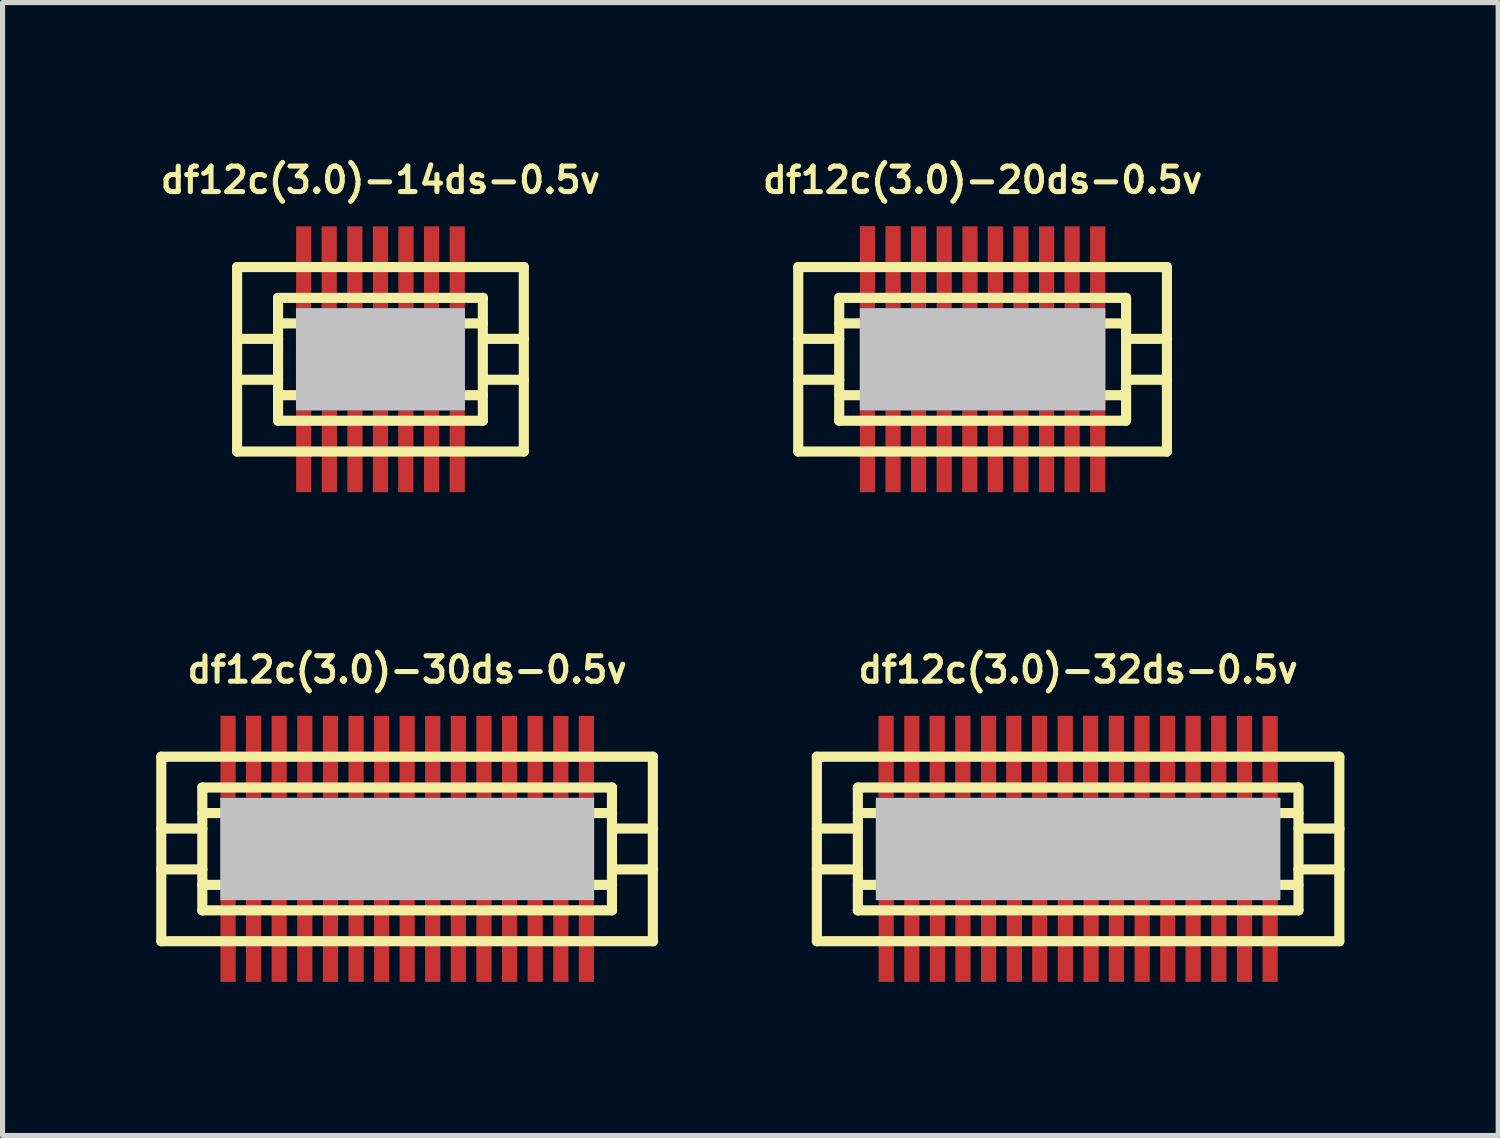
<source format=kicad_pcb>
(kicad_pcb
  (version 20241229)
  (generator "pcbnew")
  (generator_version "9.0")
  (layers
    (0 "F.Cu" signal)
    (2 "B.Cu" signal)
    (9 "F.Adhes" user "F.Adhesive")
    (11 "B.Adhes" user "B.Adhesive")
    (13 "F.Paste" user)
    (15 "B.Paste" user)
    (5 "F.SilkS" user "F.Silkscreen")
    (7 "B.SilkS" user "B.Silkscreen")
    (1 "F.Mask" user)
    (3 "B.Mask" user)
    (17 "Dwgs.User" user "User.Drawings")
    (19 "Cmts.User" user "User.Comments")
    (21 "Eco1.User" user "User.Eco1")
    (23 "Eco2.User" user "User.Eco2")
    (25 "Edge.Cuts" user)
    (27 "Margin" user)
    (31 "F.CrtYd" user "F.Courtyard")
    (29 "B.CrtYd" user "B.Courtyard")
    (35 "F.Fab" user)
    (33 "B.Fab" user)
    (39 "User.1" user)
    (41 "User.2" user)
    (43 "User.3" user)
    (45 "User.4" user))
  (footprint "df12c(3.0)-30ds-0.5v"
    (layer "F.Cu")
    (at 4.9 13.525)
    (property "Reference" "df12c(3.0)-30ds-0.5v" (at 0 -3.5 0) (layer "F.SilkS") (effects (font (size 0.498 0.498) (thickness 0.099))))
    (attr smd)
    (fp_line (start -4.801 1.801) (end -4.801 -1.801) (stroke (width 0.198) (type solid)) (layer "F.SilkS"))
    (fp_line (start -4.801 1.801) (end 4.801 1.801) (stroke (width 0.198) (type solid)) (layer "F.SilkS"))
    (fp_line (start -4 -0.701) (end 4 -0.701) (stroke (width 0.198) (type solid)) (layer "F.SilkS"))
    (fp_line (start -4 -0.399) (end -4.801 -0.399) (stroke (width 0.198) (type solid)) (layer "F.SilkS"))
    (fp_line (start -4 0.399) (end -4.801 0.399) (stroke (width 0.198) (type solid)) (layer "F.SilkS"))
    (fp_line (start -4 1.199) (end -4 -1.199) (stroke (width 0.198) (type solid)) (layer "F.SilkS"))
    (fp_line (start 3.998 -1.199) (end 3.998 1.199) (stroke (width 0.198) (type solid)) (layer "F.SilkS"))
    (fp_line (start 4 -1.199) (end -4 -1.199) (stroke (width 0.198) (type solid)) (layer "F.SilkS"))
    (fp_line (start 4 -0.399) (end 4.801 -0.399) (stroke (width 0.198) (type solid)) (layer "F.SilkS"))
    (fp_line (start 4 0.701) (end -4 0.701) (stroke (width 0.198) (type solid)) (layer "F.SilkS"))
    (fp_line (start 4 1.199) (end -4 1.199) (stroke (width 0.198) (type solid)) (layer "F.SilkS"))
    (fp_line (start 4.796 -1.801) (end 4.796 1.801) (stroke (width 0.198) (type solid)) (layer "F.SilkS"))
    (fp_line (start 4.801 -1.801) (end -4.801 -1.801) (stroke (width 0.198) (type solid)) (layer "F.SilkS"))
    (fp_line (start 4.801 0.399) (end 4 0.399) (stroke (width 0.198) (type solid)) (layer "F.SilkS"))
    (pad "" smd rect (at 0 0) (size 7.3 1.999) (layers "Dwgs.User"))
    (pad "1" smd rect (at -3.498 1.796) (size 0.297 1.598) (layers "F.Cu" "F.Mask" "F.Paste"))
    (pad "2" smd rect (at -3 1.796) (size 0.297 1.598) (layers "F.Cu" "F.Mask" "F.Paste"))
    (pad "3" smd rect (at -2.499 1.796) (size 0.297 1.598) (layers "F.Cu" "F.Mask" "F.Paste"))
    (pad "4" smd rect (at -1.999 1.796) (size 0.297 1.598) (layers "F.Cu" "F.Mask" "F.Paste"))
    (pad "5" smd rect (at -1.499 1.796) (size 0.297 1.598) (layers "F.Cu" "F.Mask" "F.Paste"))
    (pad "6" smd rect (at -0.998 1.796) (size 0.297 1.598) (layers "F.Cu" "F.Mask" "F.Paste"))
    (pad "7" smd rect (at -0.498 1.796) (size 0.297 1.598) (layers "F.Cu" "F.Mask" "F.Paste"))
    (pad "8" smd rect (at 0 1.796) (size 0.297 1.598) (layers "F.Cu" "F.Mask" "F.Paste"))
    (pad "9" smd rect (at 0.498 1.796) (size 0.297 1.598) (layers "F.Cu" "F.Mask" "F.Paste"))
    (pad "10" smd rect (at 0.998 1.796) (size 0.297 1.598) (layers "F.Cu" "F.Mask" "F.Paste"))
    (pad "11" smd rect (at 1.499 1.796) (size 0.297 1.598) (layers "F.Cu" "F.Mask" "F.Paste"))
    (pad "12" smd rect (at 1.999 1.796) (size 0.297 1.598) (layers "F.Cu" "F.Mask" "F.Paste"))
    (pad "13" smd rect (at 2.499 1.796) (size 0.297 1.598) (layers "F.Cu" "F.Mask" "F.Paste"))
    (pad "14" smd rect (at 3 1.796) (size 0.297 1.598) (layers "F.Cu" "F.Mask" "F.Paste"))
    (pad "15" smd rect (at 3.498 1.796) (size 0.297 1.598) (layers "F.Cu" "F.Mask" "F.Paste"))
    (pad "16" smd rect (at 3.498 -1.798) (size 0.297 1.598) (layers "F.Cu" "F.Mask" "F.Paste"))
    (pad "17" smd rect (at 3 -1.798) (size 0.297 1.598) (layers "F.Cu" "F.Mask" "F.Paste"))
    (pad "18" smd rect (at 2.499 -1.798) (size 0.297 1.598) (layers "F.Cu" "F.Mask" "F.Paste"))
    (pad "19" smd rect (at 1.999 -1.798) (size 0.297 1.598) (layers "F.Cu" "F.Mask" "F.Paste"))
    (pad "20" smd rect (at 1.499 -1.798) (size 0.297 1.598) (layers "F.Cu" "F.Mask" "F.Paste"))
    (pad "21" smd rect (at 0.998 -1.798) (size 0.297 1.598) (layers "F.Cu" "F.Mask" "F.Paste"))
    (pad "22" smd rect (at 0.498 -1.798) (size 0.297 1.598) (layers "F.Cu" "F.Mask" "F.Paste"))
    (pad "23" smd rect (at 0 -1.798) (size 0.297 1.598) (layers "F.Cu" "F.Mask" "F.Paste"))
    (pad "24" smd rect (at -0.498 -1.798) (size 0.297 1.598) (layers "F.Cu" "F.Mask" "F.Paste"))
    (pad "25" smd rect (at -0.998 -1.798) (size 0.297 1.598) (layers "F.Cu" "F.Mask" "F.Paste"))
    (pad "26" smd rect (at -1.499 -1.801) (size 0.297 1.598) (layers "F.Cu" "F.Mask" "F.Paste"))
    (pad "27" smd rect (at -1.999 -1.801) (size 0.297 1.598) (layers "F.Cu" "F.Mask" "F.Paste"))
    (pad "28" smd rect (at -2.499 -1.801) (size 0.297 1.598) (layers "F.Cu" "F.Mask" "F.Paste"))
    (pad "29" smd rect (at -3 -1.801) (size 0.297 1.598) (layers "F.Cu" "F.Mask" "F.Paste"))
    (pad "30" smd rect (at -3.498 -1.801) (size 0.297 1.598) (layers "F.Cu" "F.Mask" "F.Paste")))
  (footprint "df12c(3.0)-14ds-0.5v"
    (layer "F.Cu")
    (at 4.378 3.965)
    (property "Reference" "df12c(3.0)-14ds-0.5v" (at 0 -3.5 0) (layer "F.SilkS") (effects (font (size 0.498 0.498) (thickness 0.099))))
    (attr smd)
    (fp_line (start -2.799 -1.801) (end 2.799 -1.801) (stroke (width 0.198) (type solid)) (layer "F.SilkS"))
    (fp_line (start -2.799 1.801) (end -2.799 -1.801) (stroke (width 0.198) (type solid)) (layer "F.SilkS"))
    (fp_line (start -1.999 -0.701) (end 1.999 -0.701) (stroke (width 0.198) (type solid)) (layer "F.SilkS"))
    (fp_line (start -1.999 -0.399) (end -2.799 -0.399) (stroke (width 0.198) (type solid)) (layer "F.SilkS"))
    (fp_line (start -1.999 0.399) (end -2.799 0.399) (stroke (width 0.198) (type solid)) (layer "F.SilkS"))
    (fp_line (start -1.999 1.199) (end -1.999 -1.199) (stroke (width 0.198) (type solid)) (layer "F.SilkS"))
    (fp_line (start -1.999 1.199) (end 1.999 1.199) (stroke (width 0.198) (type solid)) (layer "F.SilkS"))
    (fp_line (start 1.999 -1.199) (end -1.999 -1.199) (stroke (width 0.198) (type solid)) (layer "F.SilkS"))
    (fp_line (start 1.999 -1.199) (end 1.999 1.199) (stroke (width 0.198) (type solid)) (layer "F.SilkS"))
    (fp_line (start 1.999 0.701) (end -1.999 0.701) (stroke (width 0.198) (type solid)) (layer "F.SilkS"))
    (fp_line (start 2.002 -0.399) (end 2.802 -0.399) (stroke (width 0.198) (type solid)) (layer "F.SilkS"))
    (fp_line (start 2.799 -1.801) (end 2.799 1.801) (stroke (width 0.198) (type solid)) (layer "F.SilkS"))
    (fp_line (start 2.799 1.801) (end -2.799 1.801) (stroke (width 0.198) (type solid)) (layer "F.SilkS"))
    (fp_line (start 2.802 0.399) (end 2.002 0.399) (stroke (width 0.198) (type solid)) (layer "F.SilkS"))
    (pad "" smd rect (at 0 0) (size 3.299 1.999) (layers "Dwgs.User"))
    (pad "1" smd rect (at -1.499 1.796) (size 0.297 1.598) (layers "F.Cu" "F.Mask" "F.Paste"))
    (pad "2" smd rect (at -0.998 1.796) (size 0.297 1.598) (layers "F.Cu" "F.Mask" "F.Paste"))
    (pad "3" smd rect (at -0.498 1.796) (size 0.297 1.598) (layers "F.Cu" "F.Mask" "F.Paste"))
    (pad "4" smd rect (at 0 1.796) (size 0.297 1.598) (layers "F.Cu" "F.Mask" "F.Paste"))
    (pad "5" smd rect (at 0.495 1.796) (size 0.297 1.598) (layers "F.Cu" "F.Mask" "F.Paste"))
    (pad "6" smd rect (at 0.998 1.796) (size 0.297 1.598) (layers "F.Cu" "F.Mask" "F.Paste"))
    (pad "7" smd rect (at 1.499 1.796) (size 0.297 1.598) (layers "F.Cu" "F.Mask" "F.Paste"))
    (pad "8" smd rect (at 1.499 -1.796) (size 0.297 1.598) (layers "F.Cu" "F.Mask" "F.Paste"))
    (pad "9" smd rect (at 0.998 -1.796) (size 0.297 1.598) (layers "F.Cu" "F.Mask" "F.Paste"))
    (pad "10" smd rect (at 0.498 -1.796) (size 0.297 1.598) (layers "F.Cu" "F.Mask" "F.Paste"))
    (pad "11" smd rect (at 0 -1.796) (size 0.297 1.598) (layers "F.Cu" "F.Mask" "F.Paste"))
    (pad "12" smd rect (at -0.5 -1.796) (size 0.297 1.598) (layers "F.Cu" "F.Mask" "F.Paste"))
    (pad "13" smd rect (at -1.001 -1.796) (size 0.297 1.598) (layers "F.Cu" "F.Mask" "F.Paste"))
    (pad "14" smd rect (at -1.499 -1.796) (size 0.297 1.598) (layers "F.Cu" "F.Mask" "F.Paste")))
  (footprint "df12c(3.0)-32ds-0.5v"
    (layer "F.Cu")
    (at 17.999 13.525)
    (property "Reference" "df12c(3.0)-32ds-0.5v" (at 0 -3.5 0) (layer "F.SilkS") (effects (font (size 0.498 0.498) (thickness 0.099))))
    (attr smd)
    (fp_line (start -5.1 -1.801) (end 5.1 -1.801) (stroke (width 0.198) (type solid)) (layer "F.SilkS"))
    (fp_line (start -5.1 1.801) (end -5.1 -1.801) (stroke (width 0.198) (type solid)) (layer "F.SilkS"))
    (fp_line (start -4.3 -1.199) (end 4.3 -1.199) (stroke (width 0.198) (type solid)) (layer "F.SilkS"))
    (fp_line (start -4.3 -0.399) (end -5.1 -0.399) (stroke (width 0.198) (type solid)) (layer "F.SilkS"))
    (fp_line (start -4.3 0.399) (end -5.1 0.399) (stroke (width 0.198) (type solid)) (layer "F.SilkS"))
    (fp_line (start -4.3 0.701) (end 4.3 0.701) (stroke (width 0.198) (type solid)) (layer "F.SilkS"))
    (fp_line (start -4.3 1.199) (end -4.3 -1.199) (stroke (width 0.198) (type solid)) (layer "F.SilkS"))
    (fp_line (start 4.3 -0.701) (end -4.3 -0.701) (stroke (width 0.198) (type solid)) (layer "F.SilkS"))
    (fp_line (start 4.3 1.199) (end -4.3 1.199) (stroke (width 0.198) (type solid)) (layer "F.SilkS"))
    (fp_line (start 4.303 -1.199) (end 4.303 1.199) (stroke (width 0.198) (type solid)) (layer "F.SilkS"))
    (fp_line (start 4.303 -0.399) (end 5.103 -0.399) (stroke (width 0.198) (type solid)) (layer "F.SilkS"))
    (fp_line (start 5.1 -1.801) (end 5.1 1.801) (stroke (width 0.198) (type solid)) (layer "F.SilkS"))
    (fp_line (start 5.1 1.801) (end -5.1 1.801) (stroke (width 0.198) (type solid)) (layer "F.SilkS"))
    (fp_line (start 5.103 0.399) (end 4.303 0.399) (stroke (width 0.198) (type solid)) (layer "F.SilkS"))
    (pad "" smd rect (at 0 0) (size 7.899 1.999) (layers "Dwgs.User"))
    (pad "1" smd rect (at -3.747 1.796) (size 0.297 1.598) (layers "F.Cu" "F.Mask" "F.Paste"))
    (pad "2" smd rect (at -3.246 1.796) (size 0.297 1.598) (layers "F.Cu" "F.Mask" "F.Paste"))
    (pad "3" smd rect (at -2.748 1.796) (size 0.297 1.598) (layers "F.Cu" "F.Mask" "F.Paste"))
    (pad "4" smd rect (at -2.248 1.796) (size 0.297 1.598) (layers "F.Cu" "F.Mask" "F.Paste"))
    (pad "5" smd rect (at -1.748 1.796) (size 0.297 1.598) (layers "F.Cu" "F.Mask" "F.Paste"))
    (pad "6" smd rect (at -1.245 1.796) (size 0.297 1.598) (layers "F.Cu" "F.Mask" "F.Paste"))
    (pad "7" smd rect (at -0.749 1.796) (size 0.297 1.598) (layers "F.Cu" "F.Mask" "F.Paste"))
    (pad "8" smd rect (at -0.249 1.796) (size 0.297 1.598) (layers "F.Cu" "F.Mask" "F.Paste"))
    (pad "9" smd rect (at 0.254 1.796) (size 0.297 1.598) (layers "F.Cu" "F.Mask" "F.Paste"))
    (pad "10" smd rect (at 0.747 1.796) (size 0.297 1.598) (layers "F.Cu" "F.Mask" "F.Paste"))
    (pad "11" smd rect (at 1.25 1.796) (size 0.297 1.598) (layers "F.Cu" "F.Mask" "F.Paste"))
    (pad "12" smd rect (at 1.75 1.796) (size 0.297 1.598) (layers "F.Cu" "F.Mask" "F.Paste"))
    (pad "13" smd rect (at 2.245 1.796) (size 0.297 1.598) (layers "F.Cu" "F.Mask" "F.Paste"))
    (pad "14" smd rect (at 2.748 1.796) (size 0.297 1.598) (layers "F.Cu" "F.Mask" "F.Paste"))
    (pad "15" smd rect (at 3.249 1.796) (size 0.297 1.598) (layers "F.Cu" "F.Mask" "F.Paste"))
    (pad "16" smd rect (at 3.749 1.796) (size 0.297 1.598) (layers "F.Cu" "F.Mask" "F.Paste"))
    (pad "17" smd rect (at 3.749 -1.796) (size 0.297 1.598) (layers "F.Cu" "F.Mask" "F.Paste"))
    (pad "18" smd rect (at 3.249 -1.796) (size 0.297 1.598) (layers "F.Cu" "F.Mask" "F.Paste"))
    (pad "19" smd rect (at 2.746 -1.801) (size 0.297 1.598) (layers "F.Cu" "F.Mask" "F.Paste"))
    (pad "20" smd rect (at 2.245 -1.801) (size 0.297 1.598) (layers "F.Cu" "F.Mask" "F.Paste"))
    (pad "21" smd rect (at 1.748 -1.801) (size 0.297 1.598) (layers "F.Cu" "F.Mask" "F.Paste"))
    (pad "22" smd rect (at 1.247 -1.801) (size 0.297 1.598) (layers "F.Cu" "F.Mask" "F.Paste"))
    (pad "23" smd rect (at 0.747 -1.801) (size 0.297 1.598) (layers "F.Cu" "F.Mask" "F.Paste"))
    (pad "24" smd rect (at 0.244 -1.801) (size 0.297 1.598) (layers "F.Cu" "F.Mask" "F.Paste"))
    (pad "25" smd rect (at -0.251 -1.801) (size 0.297 1.598) (layers "F.Cu" "F.Mask" "F.Paste"))
    (pad "26" smd rect (at -0.752 -1.801) (size 0.297 1.598) (layers "F.Cu" "F.Mask" "F.Paste"))
    (pad "27" smd rect (at -1.255 -1.801) (size 0.297 1.598) (layers "F.Cu" "F.Mask" "F.Paste"))
    (pad "28" smd rect (at -1.748 -1.801) (size 0.297 1.598) (layers "F.Cu" "F.Mask" "F.Paste"))
    (pad "29" smd rect (at -2.25 -1.801) (size 0.297 1.598) (layers "F.Cu" "F.Mask" "F.Paste"))
    (pad "30" smd rect (at -2.751 -1.801) (size 0.297 1.598) (layers "F.Cu" "F.Mask" "F.Paste"))
    (pad "31" smd rect (at -3.246 -1.801) (size 0.297 1.598) (layers "F.Cu" "F.Mask" "F.Paste"))
    (pad "32" smd rect (at -3.749 -1.801) (size 0.297 1.598) (layers "F.Cu" "F.Mask" "F.Paste")))
  (footprint "df12c(3.0)-20ds-0.5v"
    (layer "F.Cu")
    (at 16.134 3.965)
    (property "Reference" "df12c(3.0)-20ds-0.5v" (at 0 -3.5 0) (layer "F.SilkS") (effects (font (size 0.498 0.498) (thickness 0.099))))
    (attr smd)
    (fp_line (start -3.599 1.801) (end -3.599 -1.801) (stroke (width 0.198) (type solid)) (layer "F.SilkS"))
    (fp_line (start -3.599 1.801) (end 3.599 1.801) (stroke (width 0.198) (type solid)) (layer "F.SilkS"))
    (fp_line (start -2.799 -1.199) (end 2.799 -1.199) (stroke (width 0.198) (type solid)) (layer "F.SilkS"))
    (fp_line (start -2.799 -0.399) (end -3.599 -0.399) (stroke (width 0.198) (type solid)) (layer "F.SilkS"))
    (fp_line (start -2.799 0.399) (end -3.599 0.399) (stroke (width 0.198) (type solid)) (layer "F.SilkS"))
    (fp_line (start -2.799 0.701) (end 2.799 0.701) (stroke (width 0.198) (type solid)) (layer "F.SilkS"))
    (fp_line (start -2.799 1.199) (end -2.799 -1.199) (stroke (width 0.198) (type solid)) (layer "F.SilkS"))
    (fp_line (start 2.799 -0.701) (end -2.799 -0.701) (stroke (width 0.198) (type solid)) (layer "F.SilkS"))
    (fp_line (start 2.799 1.199) (end -2.799 1.199) (stroke (width 0.198) (type solid)) (layer "F.SilkS"))
    (fp_line (start 2.802 -1.199) (end 2.802 1.199) (stroke (width 0.198) (type solid)) (layer "F.SilkS"))
    (fp_line (start 2.802 -0.399) (end 3.602 -0.399) (stroke (width 0.198) (type solid)) (layer "F.SilkS"))
    (fp_line (start 3.599 -1.801) (end -3.599 -1.801) (stroke (width 0.198) (type solid)) (layer "F.SilkS"))
    (fp_line (start 3.599 -1.801) (end 3.599 1.801) (stroke (width 0.198) (type solid)) (layer "F.SilkS"))
    (fp_line (start 3.602 0.399) (end 2.802 0.399) (stroke (width 0.198) (type solid)) (layer "F.SilkS"))
    (pad "" smd rect (at 0 0) (size 4.798 1.999) (layers "Dwgs.User"))
    (pad "1" smd rect (at -2.248 1.796) (size 0.297 1.598) (layers "F.Cu" "F.Mask" "F.Paste"))
    (pad "2" smd rect (at -1.748 1.796) (size 0.297 1.598) (layers "F.Cu" "F.Mask" "F.Paste"))
    (pad "3" smd rect (at -1.25 1.796) (size 0.297 1.598) (layers "F.Cu" "F.Mask" "F.Paste"))
    (pad "4" smd rect (at -0.749 1.796) (size 0.297 1.598) (layers "F.Cu" "F.Mask" "F.Paste"))
    (pad "5" smd rect (at -0.249 1.796) (size 0.297 1.598) (layers "F.Cu" "F.Mask" "F.Paste"))
    (pad "6" smd rect (at 0.249 1.796) (size 0.297 1.598) (layers "F.Cu" "F.Mask" "F.Paste"))
    (pad "7" smd rect (at 0.749 1.796) (size 0.297 1.598) (layers "F.Cu" "F.Mask" "F.Paste"))
    (pad "8" smd rect (at 1.25 1.796) (size 0.297 1.598) (layers "F.Cu" "F.Mask" "F.Paste"))
    (pad "9" smd rect (at 1.748 1.796) (size 0.297 1.598) (layers "F.Cu" "F.Mask" "F.Paste"))
    (pad "10" smd rect (at 2.248 1.796) (size 0.297 1.598) (layers "F.Cu" "F.Mask" "F.Paste"))
    (pad "11" smd rect (at 2.248 -1.796) (size 0.297 1.598) (layers "F.Cu" "F.Mask" "F.Paste"))
    (pad "12" smd rect (at 1.748 -1.796) (size 0.297 1.598) (layers "F.Cu" "F.Mask" "F.Paste"))
    (pad "13" smd rect (at 1.25 -1.796) (size 0.297 1.598) (layers "F.Cu" "F.Mask" "F.Paste"))
    (pad "14" smd rect (at 0.749 -1.796) (size 0.297 1.598) (layers "F.Cu" "F.Mask" "F.Paste"))
    (pad "15" smd rect (at 0.249 -1.796) (size 0.297 1.598) (layers "F.Cu" "F.Mask" "F.Paste"))
    (pad "16" smd rect (at -0.246 -1.796) (size 0.297 1.598) (layers "F.Cu" "F.Mask" "F.Paste"))
    (pad "17" smd rect (at -0.749 -1.796) (size 0.297 1.598) (layers "F.Cu" "F.Mask" "F.Paste"))
    (pad "18" smd rect (at -1.25 -1.796) (size 0.297 1.598) (layers "F.Cu" "F.Mask" "F.Paste"))
    (pad "19" smd rect (at -1.748 -1.801) (size 0.297 1.598) (layers "F.Cu" "F.Mask" "F.Paste"))
    (pad "20" smd rect (at -2.248 -1.801) (size 0.297 1.598) (layers "F.Cu" "F.Mask" "F.Paste")))
  (gr_rect
    (start -3 -3)
    (end 26.201 19.12)
    (stroke (width 0.1) (type default))
    (fill no)
    (layer "Edge.Cuts")))
</source>
